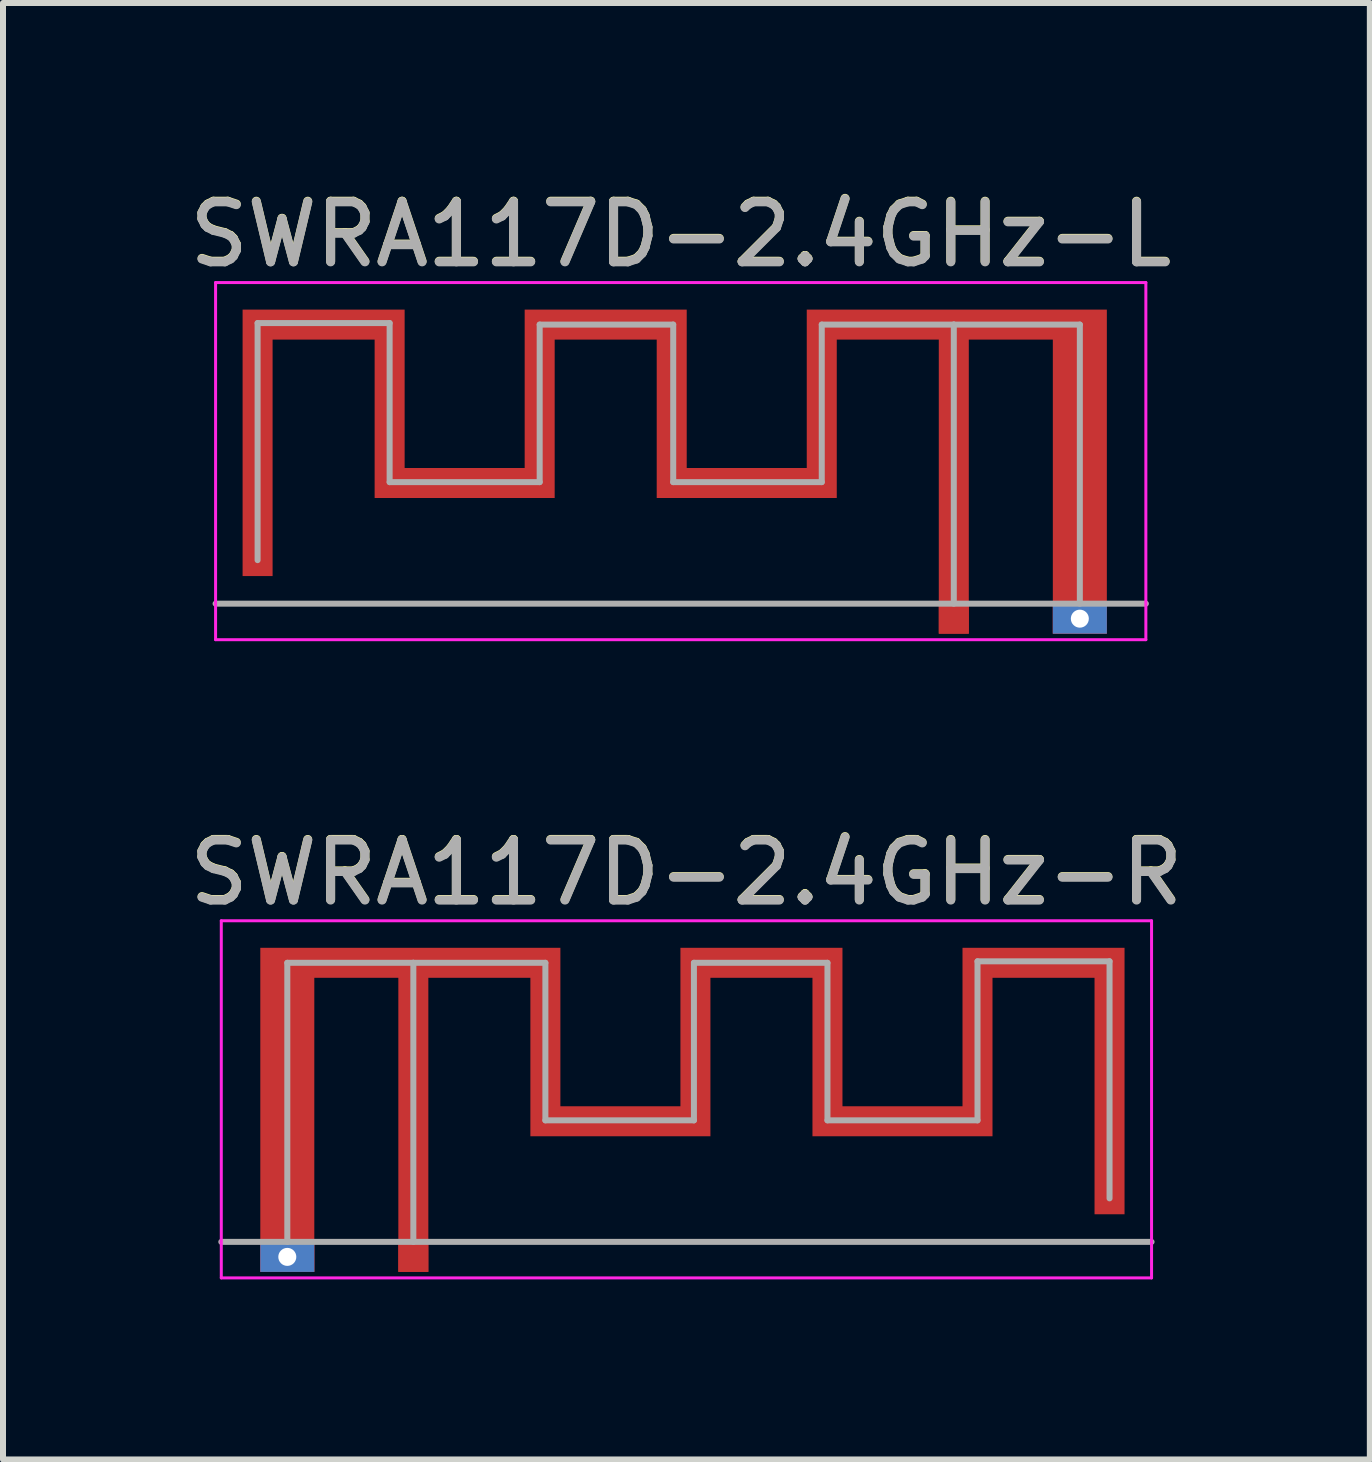
<source format=kicad_pcb>
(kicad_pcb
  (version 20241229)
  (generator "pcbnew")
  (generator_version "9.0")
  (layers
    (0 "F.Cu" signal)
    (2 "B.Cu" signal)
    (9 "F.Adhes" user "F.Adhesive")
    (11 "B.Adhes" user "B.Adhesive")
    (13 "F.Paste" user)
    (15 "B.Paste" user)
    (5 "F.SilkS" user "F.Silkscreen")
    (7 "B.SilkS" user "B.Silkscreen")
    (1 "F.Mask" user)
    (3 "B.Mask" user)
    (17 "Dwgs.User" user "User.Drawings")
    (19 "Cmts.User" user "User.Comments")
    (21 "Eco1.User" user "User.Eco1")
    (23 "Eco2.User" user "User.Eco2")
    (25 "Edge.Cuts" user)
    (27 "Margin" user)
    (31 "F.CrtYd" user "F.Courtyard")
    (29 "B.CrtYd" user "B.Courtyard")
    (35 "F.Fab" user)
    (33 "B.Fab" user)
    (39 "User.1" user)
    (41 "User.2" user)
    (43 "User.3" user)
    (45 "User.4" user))
  (footprint "SWRA117D-2.4GHz-L"
    (layer "F.Cu")
    (at 12.842 7.258)
    (property "Reference" "SWRA117D-2.4GHz-L" (at -4.55 -6.41 0) (layer "F.SilkS") (effects (font (size 1 1) (thickness 0.15))))
    (attr exclude_from_pos_files exclude_from_bom)
    (fp_poly (pts (xy -2.45 -2.51) (xy -4.45 -2.51) (xy -4.45 -5.15) (xy -7.15 -5.15) (xy -7.15 -2.51) (xy -9.15 -2.51) (xy -9.15 -5.15) (xy -11.85 -5.15) (xy -11.85 -0.71) (xy -11.35 -0.71) (xy -11.35 -4.65) (xy -9.65 -4.65) (xy -9.65 -2.01) (xy -6.65 -2.01) (xy -6.65 -4.65) (xy -4.95 -4.65) (xy -4.95 -2.01) (xy -1.95 -2.01) (xy -1.95 -4.65) (xy -0.25 -4.65) (xy -0.25 0.25) (xy 0.25 0.25) (xy 0.25 -4.65) (xy 1.65 -4.65) (xy 1.65 0.25) (xy 2.55 0.25) (xy 2.55 0.007) (xy 2.248 0.007) (xy 2.238 0.054) (xy 2.214 0.097) (xy 2.176 0.13) (xy 2.168 0.134) (xy 2.125 0.146) (xy 2.077 0.145) (xy 2.031 0.132) (xy 2.013 0.122) (xy 1.979 0.087) (xy 1.958 0.041) (xy 1.952 -0.008) (xy 1.96 -0.056) (xy 1.977 -0.089) (xy 2.012 -0.121) (xy 2.058 -0.141) (xy 2.107 -0.148) (xy 2.155 -0.14) (xy 2.188 -0.123) (xy 2.223 -0.086) (xy 2.243 -0.042) (xy 2.248 0.007) (xy 2.55 0.007) (xy 2.55 -5.15) (xy -2.45 -5.15) (xy -2.45 -2.51)) (stroke (width 0) (type solid)) (fill yes) (layer "F.Cu"))
    (fp_line (start -12.3 -5.6) (end -12.3 0.35) (stroke (width 0.05) (type solid)) (layer "F.CrtYd"))
    (fp_line (start -12.3 0.35) (end 3.2 0.35) (stroke (width 0.05) (type solid)) (layer "F.CrtYd"))
    (fp_line (start 3.2 -5.6) (end -12.3 -5.6) (stroke (width 0.05) (type solid)) (layer "F.CrtYd"))
    (fp_line (start 3.2 0.35) (end 3.2 -5.6) (stroke (width 0.05) (type solid)) (layer "F.CrtYd"))
    (fp_line (start -11.6 -4.925) (end -11.6 -0.975) (stroke (width 0.1) (type default)) (layer "F.Fab"))
    (fp_line (start -9.4 -4.925) (end -11.6 -4.925) (stroke (width 0.1) (type default)) (layer "F.Fab"))
    (fp_line (start -9.4 -2.275) (end -9.4 -4.925) (stroke (width 0.1) (type default)) (layer "F.Fab"))
    (fp_line (start -6.9 -4.9) (end -6.9 -2.275) (stroke (width 0.1) (type default)) (layer "F.Fab"))
    (fp_line (start -6.9 -2.275) (end -9.4 -2.275) (stroke (width 0.1) (type default)) (layer "F.Fab"))
    (fp_line (start -4.675 -4.9) (end -6.9 -4.9) (stroke (width 0.1) (type default)) (layer "F.Fab"))
    (fp_line (start -4.675 -2.275) (end -4.675 -4.9) (stroke (width 0.1) (type default)) (layer "F.Fab"))
    (fp_line (start -2.2 -4.9) (end -2.2 -2.275) (stroke (width 0.1) (type default)) (layer "F.Fab"))
    (fp_line (start -2.2 -2.275) (end -4.675 -2.275) (stroke (width 0.1) (type default)) (layer "F.Fab"))
    (fp_line (start 0 -4.9) (end -2.2 -4.9) (stroke (width 0.1) (type default)) (layer "F.Fab"))
    (fp_line (start 0 -4.9) (end 2.1 -4.9) (stroke (width 0.1) (type default)) (layer "F.Fab"))
    (fp_line (start 0 -0.25) (end 0 -4.9) (stroke (width 0.1) (type default)) (layer "F.Fab"))
    (fp_line (start 2.1 -4.9) (end 2.1 -0.25) (stroke (width 0.1) (type default)) (layer "F.Fab"))
    (fp_line (start 3.2 -0.25) (end -12.3 -0.25) (stroke (width 0.1) (type solid)) (layer "F.Fab"))
    (fp_text user "${REFERENCE}" (at -4.55 -6.4 0) (layer "F.Fab") (effects (font (size 1 1) (thickness 0.15))))
    (pad "1" connect rect (at 0 0) (size 0.5 0.5) (layers "F.Cu"))
    (pad "2" thru_hole rect (at 2.1 0) (size 0.9 0.5) (drill 0.3) (layers "*.Cu")))
  (footprint "SWRA117D-2.4GHz-R"
    (layer "F.Cu")
    (at 3.837 17.892)
    (property "Reference" "SWRA117D-2.4GHz-R" (at 4.55 -6.41 0) (layer "F.SilkS") (effects (font (size 1 1) (thickness 0.15))))
    (attr exclude_from_pos_files exclude_from_bom)
    (fp_poly (pts (xy 2.45 -2.51) (xy 4.45 -2.51) (xy 4.45 -5.15) (xy 7.15 -5.15) (xy 7.15 -2.51) (xy 9.15 -2.51) (xy 9.15 -5.15) (xy 11.85 -5.15) (xy 11.85 -0.71) (xy 11.35 -0.71) (xy 11.35 -4.65) (xy 9.65 -4.65) (xy 9.65 -2.01) (xy 6.65 -2.01) (xy 6.65 -4.65) (xy 4.95 -4.65) (xy 4.95 -2.01) (xy 1.95 -2.01) (xy 1.95 -4.65) (xy 0.25 -4.65) (xy 0.25 0.25) (xy -0.25 0.25) (xy -0.25 -4.65) (xy -1.65 -4.65) (xy -1.65 0.25) (xy -2.55 0.25) (xy -2.55 0.007) (xy -2.248 0.007) (xy -2.238 0.054) (xy -2.214 0.097) (xy -2.176 0.13) (xy -2.168 0.134) (xy -2.125 0.146) (xy -2.077 0.145) (xy -2.031 0.132) (xy -2.013 0.122) (xy -1.979 0.087) (xy -1.958 0.041) (xy -1.952 -0.008) (xy -1.96 -0.056) (xy -1.977 -0.089) (xy -2.012 -0.121) (xy -2.058 -0.141) (xy -2.107 -0.148) (xy -2.155 -0.14) (xy -2.188 -0.123) (xy -2.223 -0.086) (xy -2.243 -0.042) (xy -2.248 0.007) (xy -2.55 0.007) (xy -2.55 -5.15) (xy 2.45 -5.15) (xy 2.45 -2.51)) (stroke (width 0) (type solid)) (fill yes) (layer "F.Cu"))
    (fp_line (start -3.2 -5.6) (end 12.3 -5.6) (stroke (width 0.05) (type solid)) (layer "F.CrtYd"))
    (fp_line (start -3.2 0.35) (end -3.2 -5.6) (stroke (width 0.05) (type solid)) (layer "F.CrtYd"))
    (fp_line (start 12.3 -5.6) (end 12.3 0.35) (stroke (width 0.05) (type solid)) (layer "F.CrtYd"))
    (fp_line (start 12.3 0.35) (end -3.2 0.35) (stroke (width 0.05) (type solid)) (layer "F.CrtYd"))
    (fp_line (start -3.2 -0.25) (end 12.3 -0.25) (stroke (width 0.1) (type solid)) (layer "F.Fab"))
    (fp_line (start -2.1 -4.9) (end -2.1 -0.25) (stroke (width 0.1) (type default)) (layer "F.Fab"))
    (fp_line (start 0 -4.9) (end -2.1 -4.9) (stroke (width 0.1) (type default)) (layer "F.Fab"))
    (fp_line (start 0 -4.9) (end 2.2 -4.9) (stroke (width 0.1) (type default)) (layer "F.Fab"))
    (fp_line (start 0 -0.25) (end 0 -4.9) (stroke (width 0.1) (type default)) (layer "F.Fab"))
    (fp_line (start 2.2 -4.9) (end 2.2 -2.275) (stroke (width 0.1) (type default)) (layer "F.Fab"))
    (fp_line (start 2.2 -2.275) (end 4.675 -2.275) (stroke (width 0.1) (type default)) (layer "F.Fab"))
    (fp_line (start 4.675 -4.9) (end 6.9 -4.9) (stroke (width 0.1) (type default)) (layer "F.Fab"))
    (fp_line (start 4.675 -2.275) (end 4.675 -4.9) (stroke (width 0.1) (type default)) (layer "F.Fab"))
    (fp_line (start 6.9 -4.9) (end 6.9 -2.275) (stroke (width 0.1) (type default)) (layer "F.Fab"))
    (fp_line (start 6.9 -2.275) (end 9.4 -2.275) (stroke (width 0.1) (type default)) (layer "F.Fab"))
    (fp_line (start 9.4 -4.925) (end 11.6 -4.925) (stroke (width 0.1) (type default)) (layer "F.Fab"))
    (fp_line (start 9.4 -2.275) (end 9.4 -4.925) (stroke (width 0.1) (type default)) (layer "F.Fab"))
    (fp_line (start 11.6 -4.925) (end 11.6 -0.975) (stroke (width 0.1) (type default)) (layer "F.Fab"))
    (fp_text user "${REFERENCE}" (at 4.55 -6.4 0) (layer "F.Fab") (effects (font (size 1 1) (thickness 0.15))))
    (pad "1" connect rect (at 0 0) (size 0.5 0.5) (layers "F.Cu"))
    (pad "2" thru_hole rect (at -2.1 0) (size 0.9 0.5) (drill 0.3) (layers "*.Cu")))
  (gr_rect
    (start -3 -3)
    (end 19.774 21.267)
    (stroke (width 0.1) (type default))
    (fill no)
    (layer "Edge.Cuts")))
</source>
